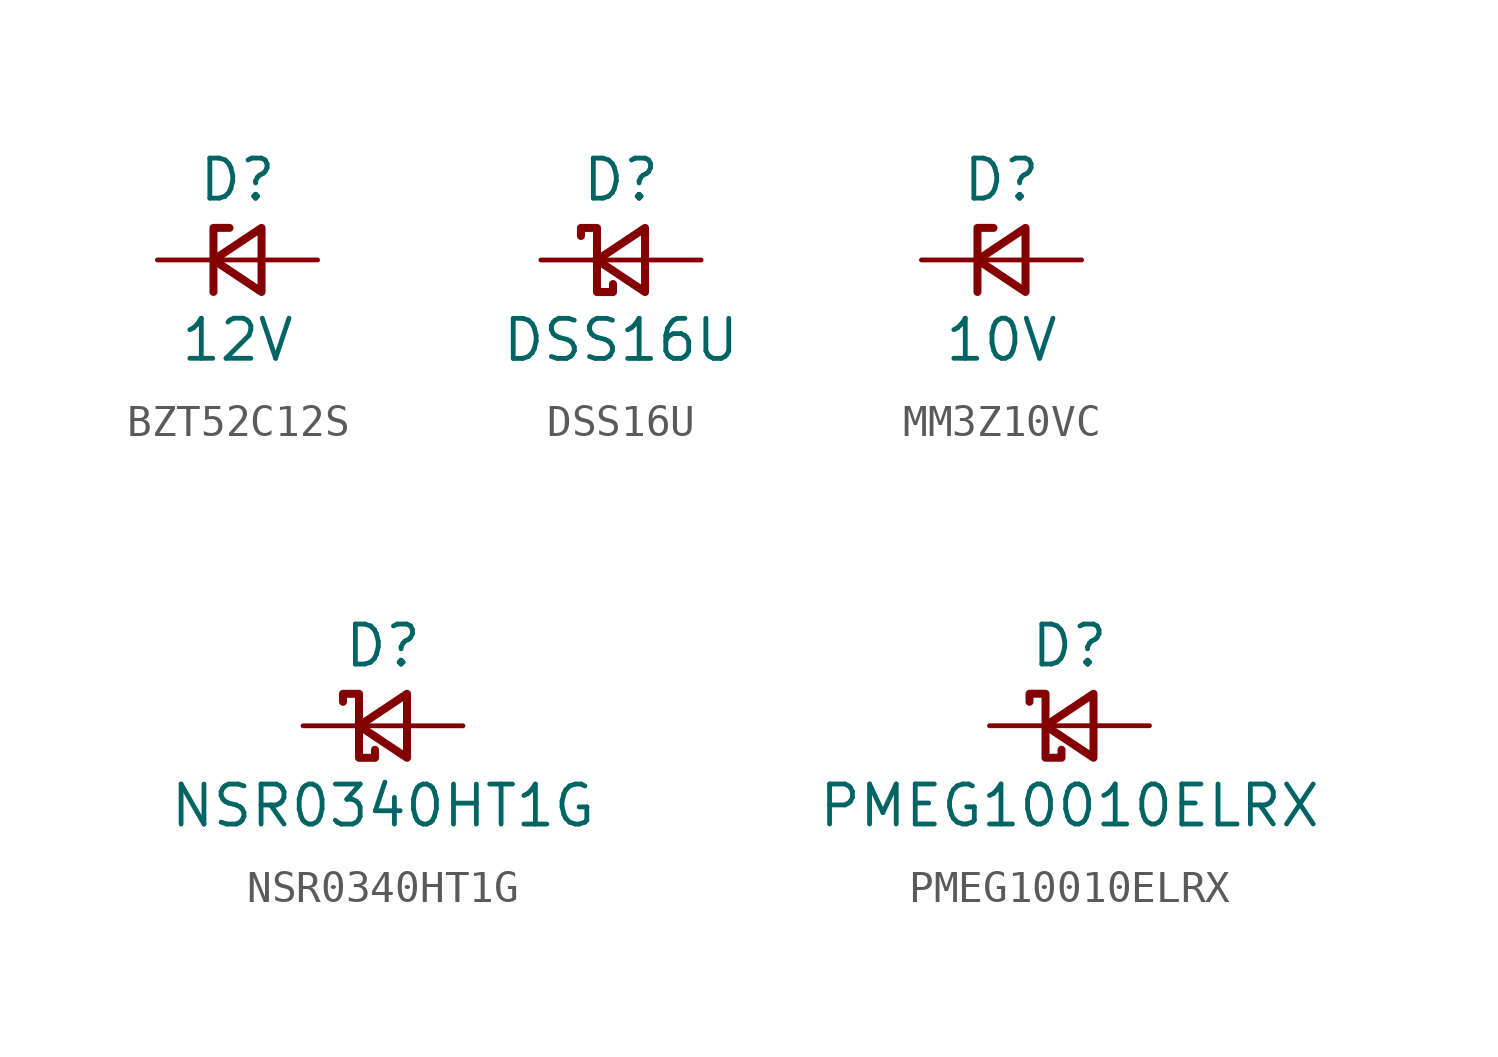
<source format=kicad_sym>
(kicad_symbol_lib
  (version 20220914)
  (generator kicad_symbol_editor)
  (symbol "BZT52C12S"
    (pin_numbers hide)
    (pin_names
      (offset 1.016) hide)
    (property "Reference" "D"
      (at 0 2.54 0)
      (effects (font (size 1.27 1.27))))
    (property "Value" "12V"
      (at 0 -2.54 0)
      (effects (font (size 1.27 1.27))))
    (symbol "BZT52C12S_0_1"
      (polyline (pts (xy 0.762 0) (xy -0.762 0)) (stroke (width 0) (type default)) (fill (type none)))
      (polyline (pts (xy -0.254 1.016) (xy -0.762 1.016) (xy -0.762 -1.016)) (stroke (width 0.254) (type default)) (fill (type none)))
      (polyline (pts (xy 0.762 1.016) (xy -0.762 0) (xy 0.762 -1.016) (xy 0.762 1.016)) (stroke (width 0.254) (type default)) (fill (type none))))
    (symbol "BZT52C12S_1_1"
      (pin passive line (at -2.54 0 0) (length 1.778) (name "K" (effects (font (size 1.27 1.27)))) (number "1" (effects (font (size 1.27 1.27)))))
      (pin passive line (at 2.54 0 180) (length 1.778) (name "A" (effects (font (size 1.27 1.27)))) (number "2" (effects (font (size 1.27 1.27)))))))
  (symbol "DSS16U"
    (pin_numbers hide)
    (pin_names
      (offset 1.016) hide)
    (property "Reference" "D"
      (at 0 2.54 0)
      (effects (font (size 1.27 1.27))))
    (property "Value" "DSS16U"
      (at 0 -2.54 0)
      (effects (font (size 1.27 1.27))))
    (symbol "DSS16U_0_1"
      (polyline (pts (xy -0.762 0) (xy 0.762 0)) (stroke (width 0) (type default)) (fill (type none)))
      (polyline (pts (xy 0.762 -1.016) (xy -0.762 0) (xy 0.762 1.016) (xy 0.762 -1.016)) (stroke (width 0.254) (type default)) (fill (type none)))
      (polyline (pts (xy -1.27 0.762) (xy -1.27 1.016) (xy -0.762 1.016) (xy -0.762 -1.016) (xy -0.254 -1.016) (xy -0.254 -0.762)) (stroke (width 0.254) (type default)) (fill (type none))))
    (symbol "DSS16U_1_1"
      (pin passive line (at -2.54 0 0) (length 1.778) (name "K" (effects (font (size 1.27 1.27)))) (number "1" (effects (font (size 1.27 1.27)))))
      (pin passive line (at 2.54 0 180) (length 1.778) (name "A" (effects (font (size 1.27 1.27)))) (number "2" (effects (font (size 1.27 1.27)))))))
  (symbol "MM3Z10VC"
    (pin_numbers hide)
    (pin_names
      (offset 1.016) hide)
    (property "Reference" "D"
      (at 0 2.54 0)
      (effects (font (size 1.27 1.27))))
    (property "Value" "10V"
      (at 0 -2.54 0)
      (effects (font (size 1.27 1.27))))
    (symbol "MM3Z10VC_0_1"
      (polyline (pts (xy 0.762 0) (xy -0.762 0)) (stroke (width 0) (type default)) (fill (type none)))
      (polyline (pts (xy -0.254 1.016) (xy -0.762 1.016) (xy -0.762 -1.016)) (stroke (width 0.254) (type default)) (fill (type none)))
      (polyline (pts (xy 0.762 1.016) (xy -0.762 0) (xy 0.762 -1.016) (xy 0.762 1.016)) (stroke (width 0.254) (type default)) (fill (type none))))
    (symbol "MM3Z10VC_1_1"
      (pin passive line (at -2.54 0 0) (length 1.778) (name "K" (effects (font (size 1.27 1.27)))) (number "1" (effects (font (size 1.27 1.27)))))
      (pin passive line (at 2.54 0 180) (length 1.778) (name "A" (effects (font (size 1.27 1.27)))) (number "2" (effects (font (size 1.27 1.27)))))))
  (symbol "NSR0340HT1G"
    (pin_numbers hide)
    (pin_names
      (offset 1.016) hide)
    (property "Reference" "D"
      (at 0 2.54 0)
      (effects (font (size 1.27 1.27))))
    (property "Value" "NSR0340HT1G"
      (at 0 -2.54 0)
      (effects (font (size 1.27 1.27))))
    (symbol "NSR0340HT1G_0_1"
      (polyline (pts (xy -0.762 0) (xy 0.762 0)) (stroke (width 0) (type default)) (fill (type none)))
      (polyline (pts (xy 0.762 -1.016) (xy -0.762 0) (xy 0.762 1.016) (xy 0.762 -1.016)) (stroke (width 0.254) (type default)) (fill (type none)))
      (polyline (pts (xy -1.27 0.762) (xy -1.27 1.016) (xy -0.762 1.016) (xy -0.762 -1.016) (xy -0.254 -1.016) (xy -0.254 -0.762)) (stroke (width 0.254) (type default)) (fill (type none))))
    (symbol "NSR0340HT1G_1_1"
      (pin passive line (at -2.54 0 0) (length 1.778) (name "K" (effects (font (size 1.27 1.27)))) (number "1" (effects (font (size 1.27 1.27)))))
      (pin passive line (at 2.54 0 180) (length 1.778) (name "A" (effects (font (size 1.27 1.27)))) (number "2" (effects (font (size 1.27 1.27)))))))
  (symbol "PMEG10010ELRX"
    (pin_numbers hide)
    (pin_names
      (offset 1.016) hide)
    (property "Reference" "D"
      (at 0 2.54 0)
      (effects (font (size 1.27 1.27))))
    (property "Value" "PMEG10010ELRX"
      (at 0 -2.54 0)
      (effects (font (size 1.27 1.27))))
    (symbol "PMEG10010ELRX_0_1"
      (polyline (pts (xy -0.762 0) (xy 0.762 0)) (stroke (width 0) (type default)) (fill (type none)))
      (polyline (pts (xy 0.762 -1.016) (xy -0.762 0) (xy 0.762 1.016) (xy 0.762 -1.016)) (stroke (width 0.254) (type default)) (fill (type none)))
      (polyline (pts (xy -1.27 0.762) (xy -1.27 1.016) (xy -0.762 1.016) (xy -0.762 -1.016) (xy -0.254 -1.016) (xy -0.254 -0.762)) (stroke (width 0.254) (type default)) (fill (type none))))
    (symbol "PMEG10010ELRX_1_1"
      (pin passive line (at -2.54 0 0) (length 1.778) (name "K" (effects (font (size 1.27 1.27)))) (number "1" (effects (font (size 1.27 1.27)))))
      (pin passive line (at 2.54 0 180) (length 1.778) (name "A" (effects (font (size 1.27 1.27)))) (number "2" (effects (font (size 1.27 1.27))))))))
</source>
